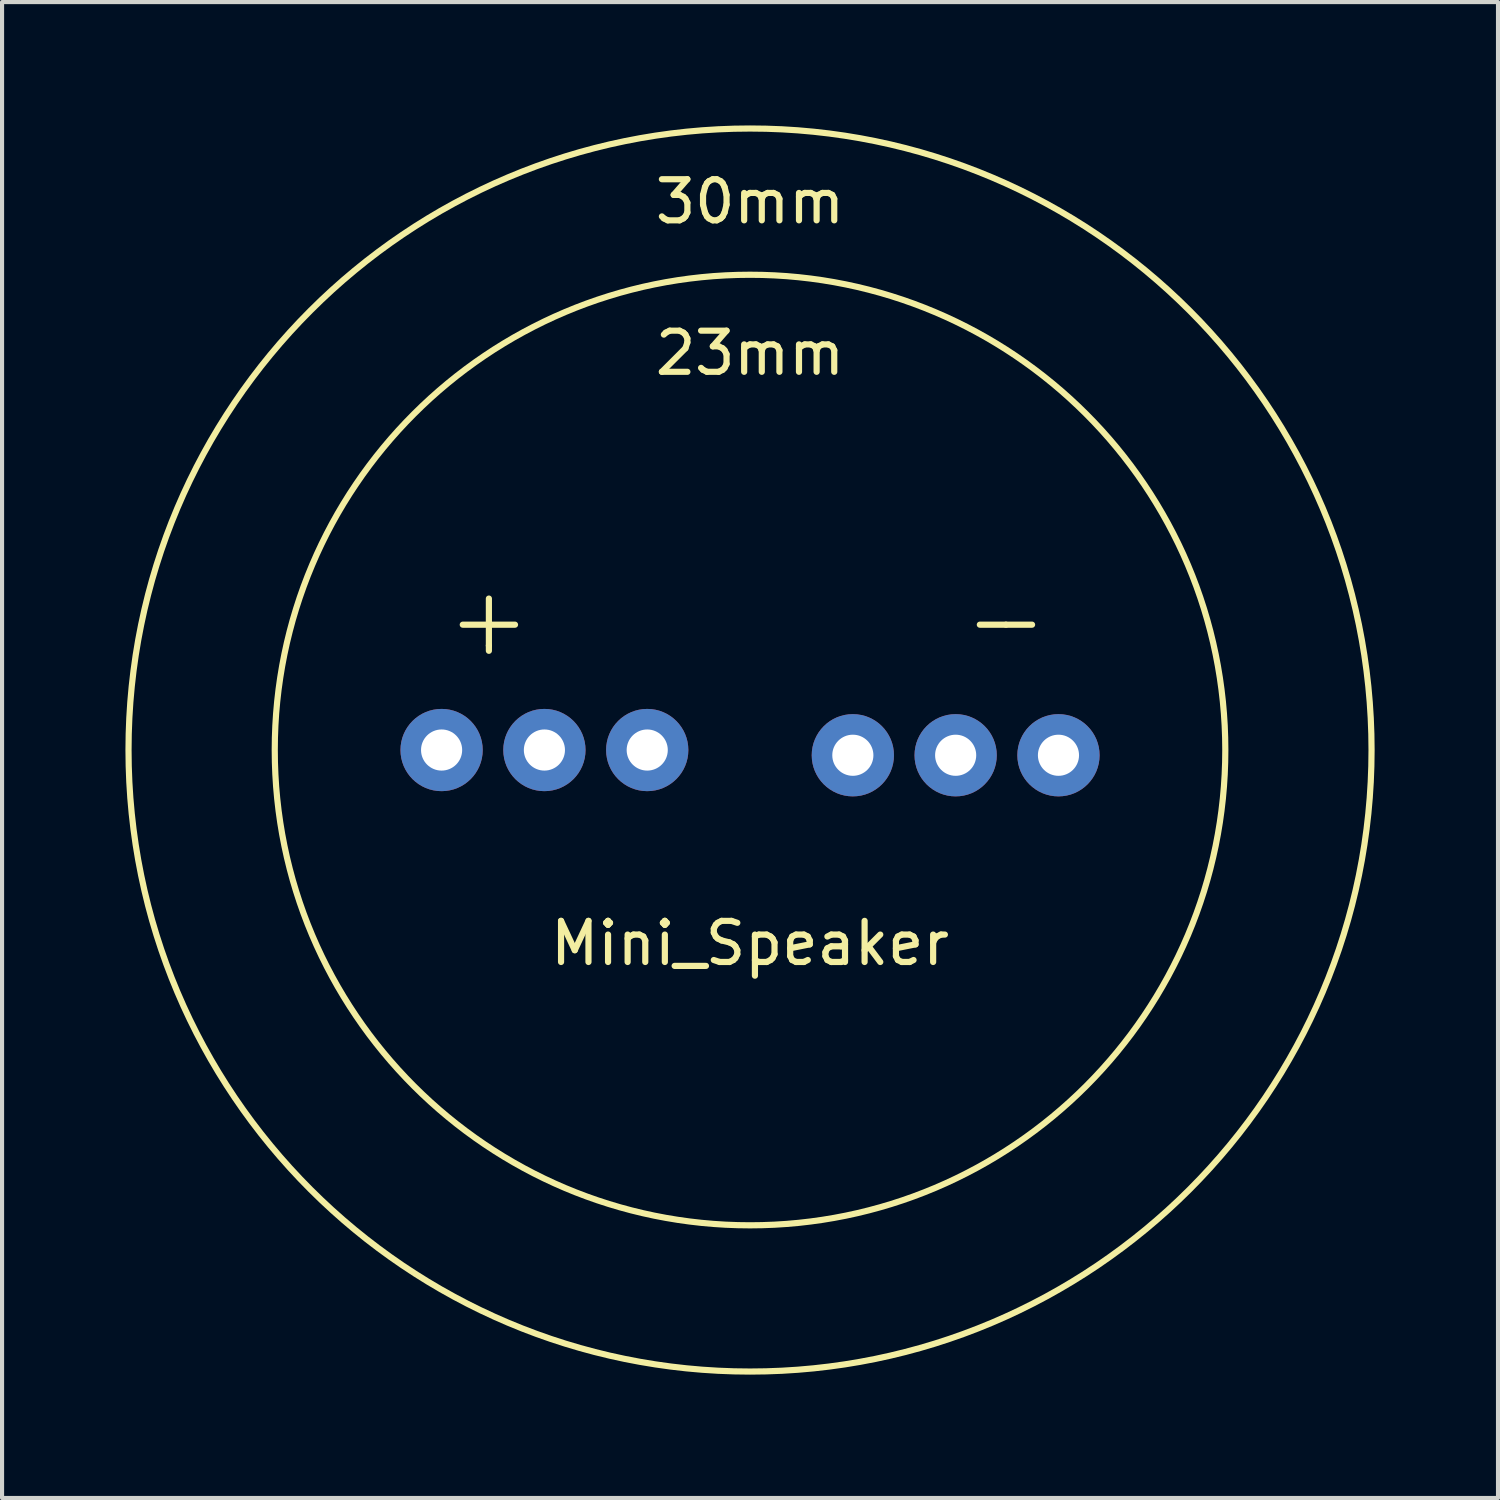
<source format=kicad_pcb>
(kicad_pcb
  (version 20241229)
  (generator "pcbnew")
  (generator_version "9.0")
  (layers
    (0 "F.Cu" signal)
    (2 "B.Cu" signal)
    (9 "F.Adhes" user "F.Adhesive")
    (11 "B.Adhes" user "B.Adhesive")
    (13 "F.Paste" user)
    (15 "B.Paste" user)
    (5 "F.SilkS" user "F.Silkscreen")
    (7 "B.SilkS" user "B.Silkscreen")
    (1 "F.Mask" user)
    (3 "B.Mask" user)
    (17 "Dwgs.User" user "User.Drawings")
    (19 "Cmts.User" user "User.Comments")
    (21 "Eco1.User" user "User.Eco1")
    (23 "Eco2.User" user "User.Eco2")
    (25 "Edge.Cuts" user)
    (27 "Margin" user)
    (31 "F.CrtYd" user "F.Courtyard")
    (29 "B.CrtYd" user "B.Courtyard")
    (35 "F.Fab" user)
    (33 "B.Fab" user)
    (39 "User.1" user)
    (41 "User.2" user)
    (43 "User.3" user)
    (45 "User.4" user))
  (footprint "Mini_Speaker"
    (layer "F.Cu")
    (at 15.188 15.188)
    (property "Reference" "Mini_Speaker" (at 0 4.699 0) (layer "F.SilkS") (effects (font (size 1 1) (thickness 0.15))))
    (attr through_hole)
    (fp_line (start -6.35 -3.683) (end -6.35 -2.54) (stroke (width 0.15) (type solid)) (layer "F.SilkS"))
    (fp_line (start -6.35 -3.048) (end -6.985 -3.048) (stroke (width 0.15) (type solid)) (layer "F.SilkS"))
    (fp_line (start -6.35 -3.048) (end -5.715 -3.048) (stroke (width 0.15) (type solid)) (layer "F.SilkS"))
    (fp_line (start -6.35 -2.54) (end -6.35 -2.413) (stroke (width 0.15) (type solid)) (layer "F.SilkS"))
    (fp_line (start 6.223 -3.048) (end 5.588 -3.048) (stroke (width 0.15) (type solid)) (layer "F.SilkS"))
    (fp_line (start 6.223 -3.048) (end 6.858 -3.048) (stroke (width 0.15) (type solid)) (layer "F.SilkS"))
    (fp_circle (center 0 0) (end -15.113 0) (stroke (width 0.15) (type solid)) (fill no) (layer "F.SilkS"))
    (fp_circle (center 0 0) (end -11.557 0) (stroke (width 0.15) (type solid)) (fill no) (layer "F.SilkS"))
    (fp_text user "30mm" (at 0 -13.335 0) (layer "F.SilkS") (effects (font (size 1 1) (thickness 0.15))))
    (fp_text user "23mm" (at 0 -9.652 0) (layer "F.SilkS") (effects (font (size 1 1) (thickness 0.15))))
    (pad "1" thru_hole circle (at -7.5 0) (size 2 2) (drill 1) (layers "*.Cu" "*.Mask"))
    (pad "1" thru_hole circle (at -5 0) (size 2 2) (drill 1) (layers "*.Cu" "*.Mask"))
    (pad "1" thru_hole circle (at -2.5 0) (size 2 2) (drill 1) (layers "*.Cu" "*.Mask"))
    (pad "2" thru_hole circle (at 2.5 0.127) (size 2 2) (drill 1) (layers "*.Cu" "*.Mask"))
    (pad "2" thru_hole circle (at 5 0.127) (size 2 2) (drill 1) (layers "*.Cu" "*.Mask"))
    (pad "2" thru_hole circle (at 7.5 0.127) (size 2 2) (drill 1) (layers "*.Cu" "*.Mask")))
  (gr_rect
    (start -3 -3)
    (end 33.376 33.376)
    (stroke (width 0.1) (type default))
    (fill no)
    (layer "Edge.Cuts")))
</source>
